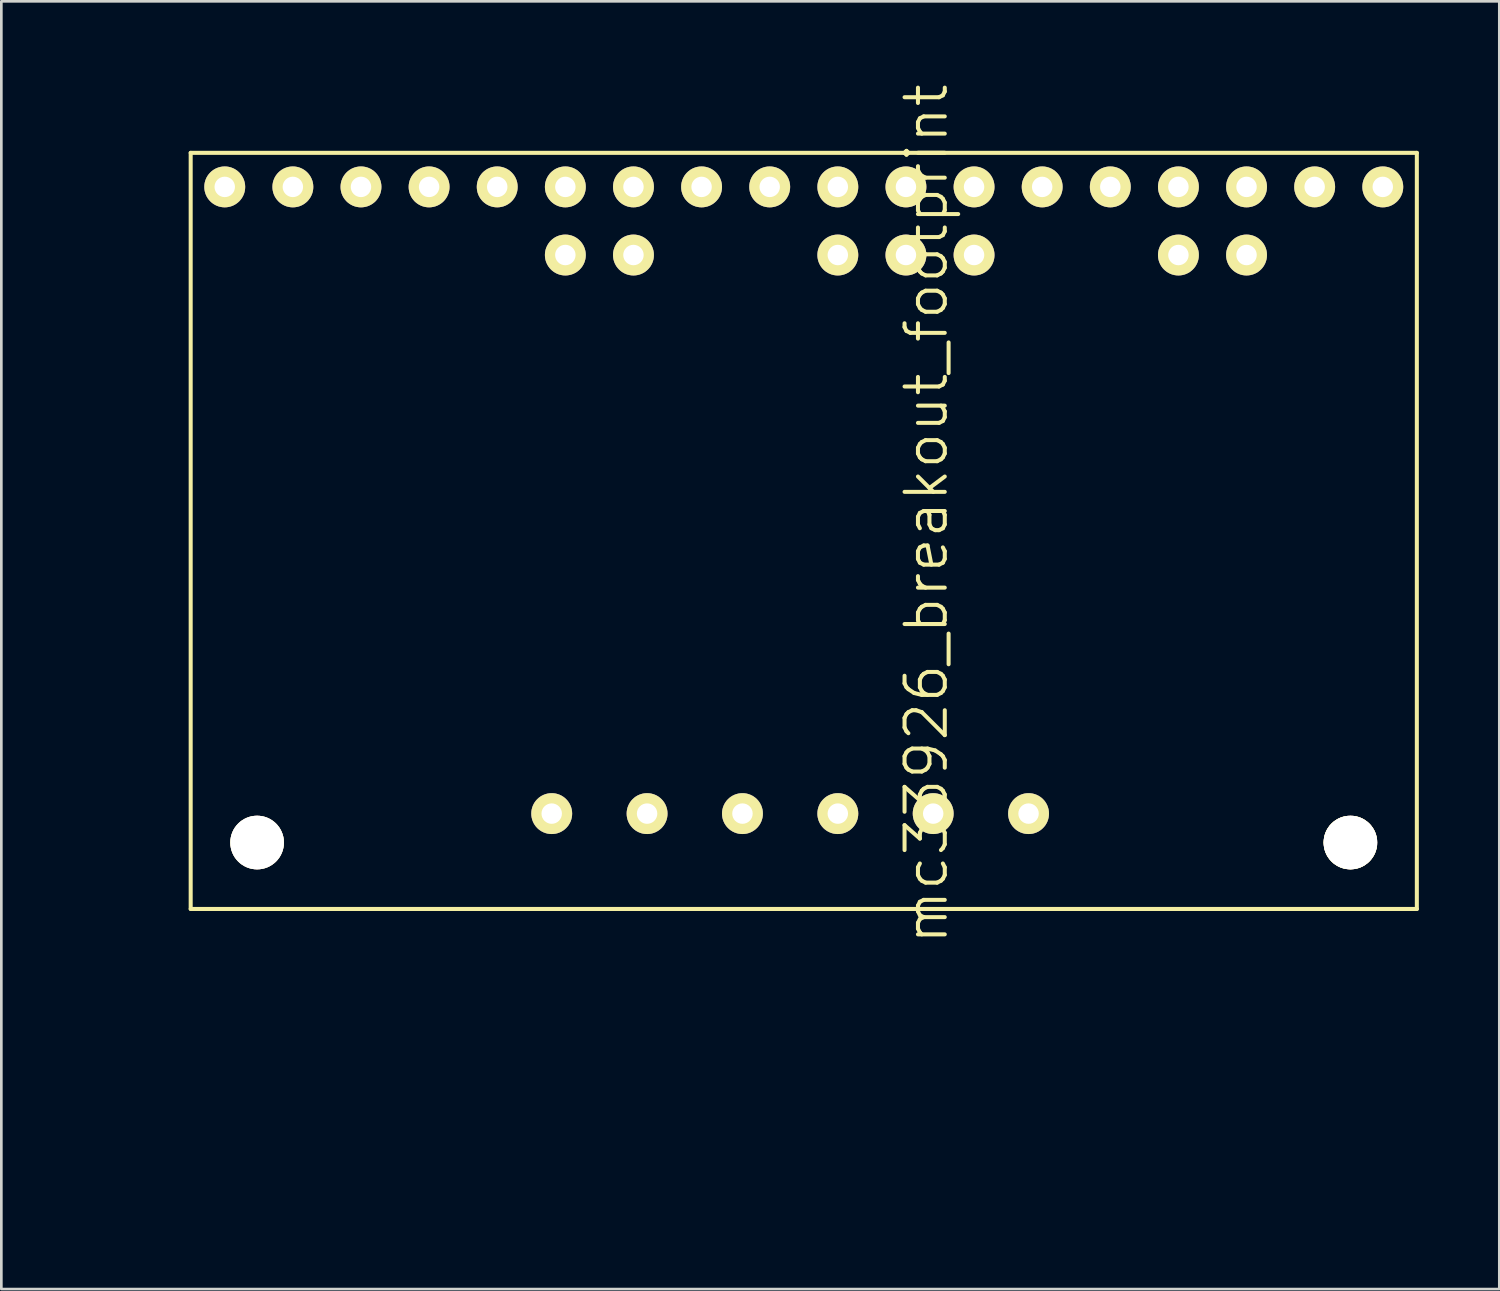
<source format=kicad_pcb>
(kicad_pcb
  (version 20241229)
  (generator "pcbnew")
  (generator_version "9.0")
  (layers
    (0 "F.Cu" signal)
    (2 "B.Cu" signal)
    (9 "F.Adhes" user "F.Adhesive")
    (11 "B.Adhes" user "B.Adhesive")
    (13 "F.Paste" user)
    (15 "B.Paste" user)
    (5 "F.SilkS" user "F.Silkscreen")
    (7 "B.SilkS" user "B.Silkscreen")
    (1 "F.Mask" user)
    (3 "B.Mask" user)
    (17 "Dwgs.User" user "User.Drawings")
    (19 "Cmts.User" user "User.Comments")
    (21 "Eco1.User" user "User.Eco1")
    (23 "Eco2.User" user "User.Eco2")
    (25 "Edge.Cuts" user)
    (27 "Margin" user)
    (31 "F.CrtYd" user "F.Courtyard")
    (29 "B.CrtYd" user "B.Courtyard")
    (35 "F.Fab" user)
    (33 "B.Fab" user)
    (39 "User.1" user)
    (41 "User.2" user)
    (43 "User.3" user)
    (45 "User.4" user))
  (footprint "mc33926_breakout_footprint"
    (layer "F.Cu")
    (at 0.25 41.765)
    (property "Reference" "mc33926_breakout_footprint" (at 31.242 -25.654 90) (layer "F.SilkS") (effects (font (size 1.5 1.5) (thickness 0.15))))
    (attr through_hole)
    (fp_line (start 3.81 -39.116) (end 49.53 -39.116) (stroke (width 0.15) (type solid)) (layer "F.SilkS"))
    (fp_line (start 3.81 -10.922) (end 3.81 -39.116) (stroke (width 0.15) (type solid)) (layer "F.SilkS"))
    (fp_line (start 49.53 -39.116) (end 49.53 -10.922) (stroke (width 0.15) (type solid)) (layer "F.SilkS"))
    (fp_line (start 49.53 -10.922) (end 3.81 -10.922) (stroke (width 0.15) (type solid)) (layer "F.SilkS"))
    (fp_circle (center 6.287 -13.399) (end 7.048 -13.906) (stroke (width 0.15) (type solid)) (fill no) (layer "F.SilkS"))
    (fp_circle (center 17.78 -35.306) (end 17.907 -35.052) (stroke (width 0.15) (type solid)) (fill no) (layer "F.SilkS"))
    (fp_circle (center 20.32 -35.306) (end 20.447 -35.052) (stroke (width 0.15) (type solid)) (fill no) (layer "F.SilkS"))
    (fp_circle (center 27.94 -35.306) (end 28.067 -35.052) (stroke (width 0.15) (type solid)) (fill no) (layer "F.SilkS"))
    (fp_circle (center 30.48 -35.306) (end 30.607 -35.052) (stroke (width 0.15) (type solid)) (fill no) (layer "F.SilkS"))
    (fp_circle (center 33.02 -35.306) (end 33.147 -35.052) (stroke (width 0.15) (type solid)) (fill no) (layer "F.SilkS"))
    (fp_circle (center 40.64 -35.306) (end 40.767 -35.052) (stroke (width 0.15) (type solid)) (fill no) (layer "F.SilkS"))
    (fp_circle (center 43.18 -35.306) (end 43.434 -35.179) (stroke (width 0.15) (type solid)) (fill no) (layer "F.SilkS"))
    (fp_circle (center 47.053 -13.399) (end 47.816 -13.906) (stroke (width 0.15) (type solid)) (fill no) (layer "F.SilkS"))
    (fp_circle (center 47.053 -13.399) (end 47.816 -13.906) (stroke (width 0.15) (type solid)) (fill no) (layer "F.SilkS"))
    (fp_circle (center 47.053 -13.399) (end 47.816 -13.906) (stroke (width 0.15) (type solid)) (fill no) (layer "F.SilkS"))
    (fp_circle (center 47.053 -13.399) (end 47.816 -13.906) (stroke (width 0.15) (type solid)) (fill no) (layer "F.SilkS"))
    (pad "1" thru_hole circle (at 5.08 -37.846) (size 1.524 1.524) (drill 0.762) (layers "*.Cu" "*.Mask" "F.SilkS"))
    (pad "2" thru_hole circle (at 7.62 -37.846) (size 1.524 1.524) (drill 0.762) (layers "*.Cu" "*.Mask" "F.SilkS"))
    (pad "3" thru_hole circle (at 10.16 -37.846) (size 1.524 1.524) (drill 0.762) (layers "*.Cu" "*.Mask" "F.SilkS"))
    (pad "4" thru_hole circle (at 12.7 -37.846) (size 1.524 1.524) (drill 0.762) (layers "*.Cu" "*.Mask" "F.SilkS"))
    (pad "5" thru_hole circle (at 15.24 -37.846) (size 1.524 1.524) (drill 0.762) (layers "*.Cu" "*.Mask" "F.SilkS"))
    (pad "6" thru_hole circle (at 17.78 -37.846) (size 1.524 1.524) (drill 0.762) (layers "*.Cu" "*.Mask" "F.SilkS"))
    (pad "7" thru_hole circle (at 20.32 -37.846) (size 1.524 1.524) (drill 0.762) (layers "*.Cu" "*.Mask" "F.SilkS"))
    (pad "8" thru_hole circle (at 22.86 -37.846) (size 1.524 1.524) (drill 0.762) (layers "*.Cu" "*.Mask" "F.SilkS"))
    (pad "9" thru_hole circle (at 25.4 -37.846) (size 1.524 1.524) (drill 0.762) (layers "*.Cu" "*.Mask" "F.SilkS"))
    (pad "10" thru_hole circle (at 27.94 -37.846) (size 1.524 1.524) (drill 0.762) (layers "*.Cu" "*.Mask" "F.SilkS"))
    (pad "11" thru_hole circle (at 30.48 -37.846) (size 1.524 1.524) (drill 0.762) (layers "*.Cu" "*.Mask" "F.SilkS"))
    (pad "12" thru_hole circle (at 33.02 -37.846) (size 1.524 1.524) (drill 0.762) (layers "*.Cu" "*.Mask" "F.SilkS"))
    (pad "13" thru_hole circle (at 35.56 -37.846) (size 1.524 1.524) (drill 0.762) (layers "*.Cu" "*.Mask" "F.SilkS"))
    (pad "14" thru_hole circle (at 38.1 -37.846) (size 1.524 1.524) (drill 0.762) (layers "*.Cu" "*.Mask" "F.SilkS"))
    (pad "15" thru_hole circle (at 40.64 -37.846) (size 1.524 1.524) (drill 0.762) (layers "*.Cu" "*.Mask" "F.SilkS"))
    (pad "16" thru_hole circle (at 43.18 -37.846) (size 1.524 1.524) (drill 0.762) (layers "*.Cu" "*.Mask" "F.SilkS"))
    (pad "17" thru_hole circle (at 45.72 -37.846) (size 1.524 1.524) (drill 0.762) (layers "*.Cu" "*.Mask" "F.SilkS"))
    (pad "18" thru_hole circle (at 48.26 -37.846) (size 1.524 1.524) (drill 0.762) (layers "*.Cu" "*.Mask" "F.SilkS"))
    (pad "19" thru_hole circle (at 17.272 -14.478) (size 1.524 1.524) (drill 0.762) (layers "*.Cu" "*.Mask" "F.SilkS"))
    (pad "20" thru_hole circle (at 20.828 -14.478) (size 1.524 1.524) (drill 0.762) (layers "*.Cu" "*.Mask" "F.SilkS"))
    (pad "21" thru_hole circle (at 24.384 -14.478) (size 1.524 1.524) (drill 0.762) (layers "*.Cu" "*.Mask" "F.SilkS"))
    (pad "22" thru_hole circle (at 27.94 -14.478) (size 1.524 1.524) (drill 0.762) (layers "*.Cu" "*.Mask" "F.SilkS"))
    (pad "23" thru_hole circle (at 31.496 -14.478) (size 1.524 1.524) (drill 0.762) (layers "*.Cu" "*.Mask" "F.SilkS"))
    (pad "24" thru_hole circle (at 35.052 -14.478) (size 1.524 1.524) (drill 0.762) (layers "*.Cu" "*.Mask" "F.SilkS"))
    (pad "25" thru_hole circle (at 17.78 -35.306) (size 1.524 1.524) (drill 0.762) (layers "*.Cu" "*.Mask" "F.SilkS"))
    (pad "26" thru_hole circle (at 20.32 -35.306) (size 1.524 1.524) (drill 0.762) (layers "*.Cu" "*.Mask" "F.SilkS"))
    (pad "27" thru_hole circle (at 27.94 -35.306) (size 1.524 1.524) (drill 0.762) (layers "*.Cu" "*.Mask" "F.SilkS"))
    (pad "28" thru_hole circle (at 30.48 -35.306) (size 1.524 1.524) (drill 0.762) (layers "*.Cu" "*.Mask" "F.SilkS"))
    (pad "29" thru_hole circle (at 33.02 -35.306) (size 1.524 1.524) (drill 0.762) (layers "*.Cu" "*.Mask" "F.SilkS"))
    (pad "30" thru_hole circle (at 40.64 -35.306) (size 1.524 1.524) (drill 0.762) (layers "*.Cu" "*.Mask" "F.SilkS"))
    (pad "31" thru_hole circle (at 43.18 -35.306) (size 1.524 1.524) (drill 0.762) (layers "*.Cu" "*.Mask" "F.SilkS"))
    (pad "~" thru_hole circle (at 6.287 -13.399) (size 2 2) (drill 2) (layers "*.Cu" "*.Mask" "F.SilkS"))
    (pad "~" thru_hole circle (at 47.053 -13.399) (size 2 2) (drill 2) (layers "*.Cu" "*.Mask" "F.SilkS")))
  (gr_rect
    (start -3 -3)
    (end 52.855 45.015)
    (stroke (width 0.1) (type default))
    (fill no)
    (layer "Edge.Cuts")))
</source>
